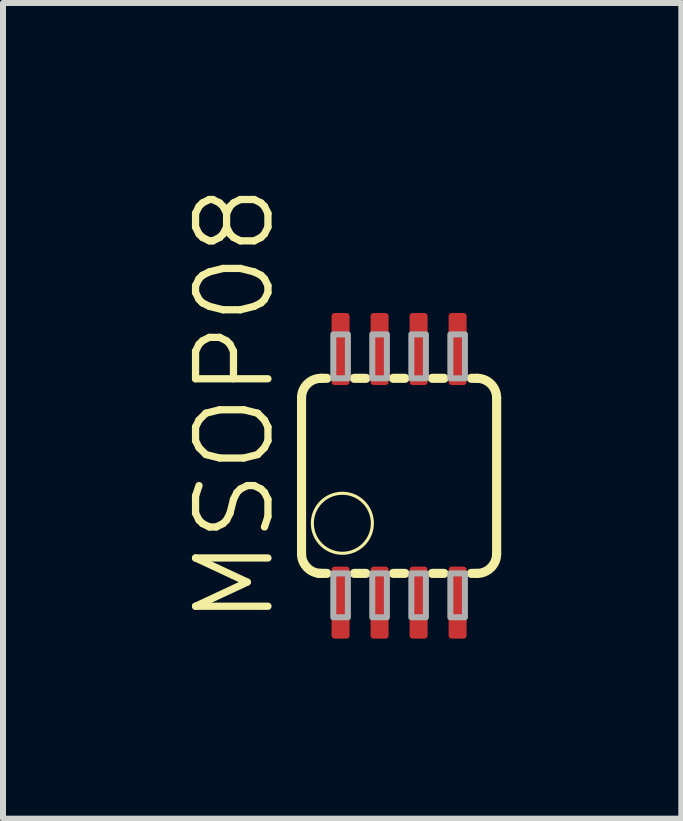
<source format=kicad_pcb>
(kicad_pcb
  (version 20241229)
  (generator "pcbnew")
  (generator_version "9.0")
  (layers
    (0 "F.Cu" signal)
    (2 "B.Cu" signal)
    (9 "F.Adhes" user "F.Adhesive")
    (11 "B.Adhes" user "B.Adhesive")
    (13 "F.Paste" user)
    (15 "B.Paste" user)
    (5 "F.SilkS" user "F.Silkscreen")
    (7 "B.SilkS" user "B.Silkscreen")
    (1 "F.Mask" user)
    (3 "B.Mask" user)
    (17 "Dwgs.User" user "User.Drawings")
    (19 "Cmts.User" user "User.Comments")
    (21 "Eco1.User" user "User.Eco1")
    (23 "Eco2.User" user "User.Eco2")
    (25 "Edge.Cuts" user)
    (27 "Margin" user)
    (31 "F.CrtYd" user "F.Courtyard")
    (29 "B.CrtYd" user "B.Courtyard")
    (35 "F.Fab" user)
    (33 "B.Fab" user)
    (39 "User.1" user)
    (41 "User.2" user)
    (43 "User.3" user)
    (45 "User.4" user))
  (footprint "MSOP08"
    (layer "F.Cu")
    (at 3.6 4.877)
    (property "Reference" "MSOP08" (at -2.032 2.54 270) (layer "F.SilkS") (effects (font (size 1.206 1.206) (thickness 0.121)) (justify left bottom)))
    (attr through_hole)
    (fp_line (start -1.626 1.301) (end -1.626 -1.299) (stroke (width 0.152) (type solid)) (layer "F.SilkS"))
    (fp_line (start -1.341 1.626) (end -1.204 1.626) (stroke (width 0.152) (type solid)) (layer "F.SilkS"))
    (fp_line (start -1.301 -1.624) (end -1.204 -1.624) (stroke (width 0.152) (type solid)) (layer "F.SilkS"))
    (fp_line (start -0.747 -1.624) (end -0.554 -1.624) (stroke (width 0.152) (type solid)) (layer "F.SilkS"))
    (fp_line (start -0.747 1.626) (end -0.554 1.626) (stroke (width 0.152) (type solid)) (layer "F.SilkS"))
    (fp_line (start -0.097 -1.624) (end 0.096 -1.624) (stroke (width 0.152) (type solid)) (layer "F.SilkS"))
    (fp_line (start -0.097 1.626) (end 0.096 1.626) (stroke (width 0.152) (type solid)) (layer "F.SilkS"))
    (fp_line (start 0.553 -1.624) (end 0.746 -1.624) (stroke (width 0.152) (type solid)) (layer "F.SilkS"))
    (fp_line (start 0.553 1.626) (end 0.746 1.626) (stroke (width 0.152) (type solid)) (layer "F.SilkS"))
    (fp_line (start 1.203 -1.624) (end 1.299 -1.624) (stroke (width 0.152) (type solid)) (layer "F.SilkS"))
    (fp_line (start 1.203 1.626) (end 1.299 1.626) (stroke (width 0.152) (type solid)) (layer "F.SilkS"))
    (fp_line (start 1.624 -1.299) (end 1.624 1.301) (stroke (width 0.152) (type solid)) (layer "F.SilkS"))
    (fp_arc (start -1.626 -1.299) (mid -1.53081 -1.52881) (end -1.301 -1.624) (stroke (width 0.1524) (type solid)) (layer "F.SilkS"))
    (fp_arc (start -1.301 1.626) (mid -1.53081 1.53081) (end -1.626 1.301) (stroke (width 0.1524) (type solid)) (layer "F.SilkS"))
    (fp_arc (start 1.299 -1.624) (mid 1.52881 -1.52881) (end 1.624 -1.299) (stroke (width 0.1524) (type solid)) (layer "F.SilkS"))
    (fp_arc (start 1.624 1.301) (mid 1.52881 1.53081) (end 1.299 1.626) (stroke (width 0.1524) (type solid)) (layer "F.SilkS"))
    (fp_circle (center -0.946 0.791) (end -0.446 0.791) (stroke (width 0.051) (type solid)) (fill no) (layer "F.SilkS"))
    (fp_poly (pts (xy -1.097 -1.624) (xy -0.854 -1.624) (xy -0.854 -2.356) (xy -1.097 -2.356)) (stroke (width 0.1) (type solid)) (fill no) (layer "F.Fab"))
    (fp_poly (pts (xy -1.097 2.357) (xy -0.854 2.357) (xy -0.854 1.626) (xy -1.097 1.626)) (stroke (width 0.1) (type solid)) (fill no) (layer "F.Fab"))
    (fp_poly (pts (xy -0.448 -1.624) (xy -0.204 -1.624) (xy -0.204 -2.356) (xy -0.448 -2.356)) (stroke (width 0.1) (type solid)) (fill no) (layer "F.Fab"))
    (fp_poly (pts (xy -0.448 2.357) (xy -0.204 2.357) (xy -0.204 1.626) (xy -0.448 1.626)) (stroke (width 0.1) (type solid)) (fill no) (layer "F.Fab"))
    (fp_poly (pts (xy 0.203 -1.624) (xy 0.446 -1.624) (xy 0.446 -2.356) (xy 0.203 -2.356)) (stroke (width 0.1) (type solid)) (fill no) (layer "F.Fab"))
    (fp_poly (pts (xy 0.203 2.357) (xy 0.446 2.357) (xy 0.446 1.626) (xy 0.203 1.626)) (stroke (width 0.1) (type solid)) (fill no) (layer "F.Fab"))
    (fp_poly (pts (xy 0.853 -1.624) (xy 1.096 -1.624) (xy 1.096 -2.356) (xy 0.853 -2.356)) (stroke (width 0.1) (type solid)) (fill no) (layer "F.Fab"))
    (fp_poly (pts (xy 0.853 2.357) (xy 1.096 2.357) (xy 1.096 1.626) (xy 0.853 1.626)) (stroke (width 0.1) (type solid)) (fill no) (layer "F.Fab"))
    (pad "1" smd roundrect (at -0.976 2.113) (size 0.3 1.2) (layers "F.Cu" "F.Mask" "F.Paste") (roundrect_rratio 0.169))
    (pad "2" smd roundrect (at -0.326 2.113) (size 0.3 1.2) (layers "F.Cu" "F.Mask" "F.Paste") (roundrect_rratio 0.169))
    (pad "3" smd roundrect (at 0.324 2.113) (size 0.3 1.2) (layers "F.Cu" "F.Mask" "F.Paste") (roundrect_rratio 0.169))
    (pad "4" smd roundrect (at 0.974 2.113) (size 0.3 1.2) (layers "F.Cu" "F.Mask" "F.Paste") (roundrect_rratio 0.169))
    (pad "5" smd roundrect (at 0.974 -2.112) (size 0.3 1.2) (layers "F.Cu" "F.Mask" "F.Paste") (roundrect_rratio 0.169))
    (pad "6" smd roundrect (at 0.324 -2.112) (size 0.3 1.2) (layers "F.Cu" "F.Mask" "F.Paste") (roundrect_rratio 0.169))
    (pad "7" smd roundrect (at -0.326 -2.112) (size 0.3 1.2) (layers "F.Cu" "F.Mask" "F.Paste") (roundrect_rratio 0.169))
    (pad "8" smd roundrect (at -0.976 -2.112) (size 0.3 1.2) (layers "F.Cu" "F.Mask" "F.Paste") (roundrect_rratio 0.169)))
  (gr_rect
    (start -3 -3)
    (end 8.301 10.59)
    (stroke (width 0.1) (type default))
    (fill no)
    (layer "Edge.Cuts")))
</source>
